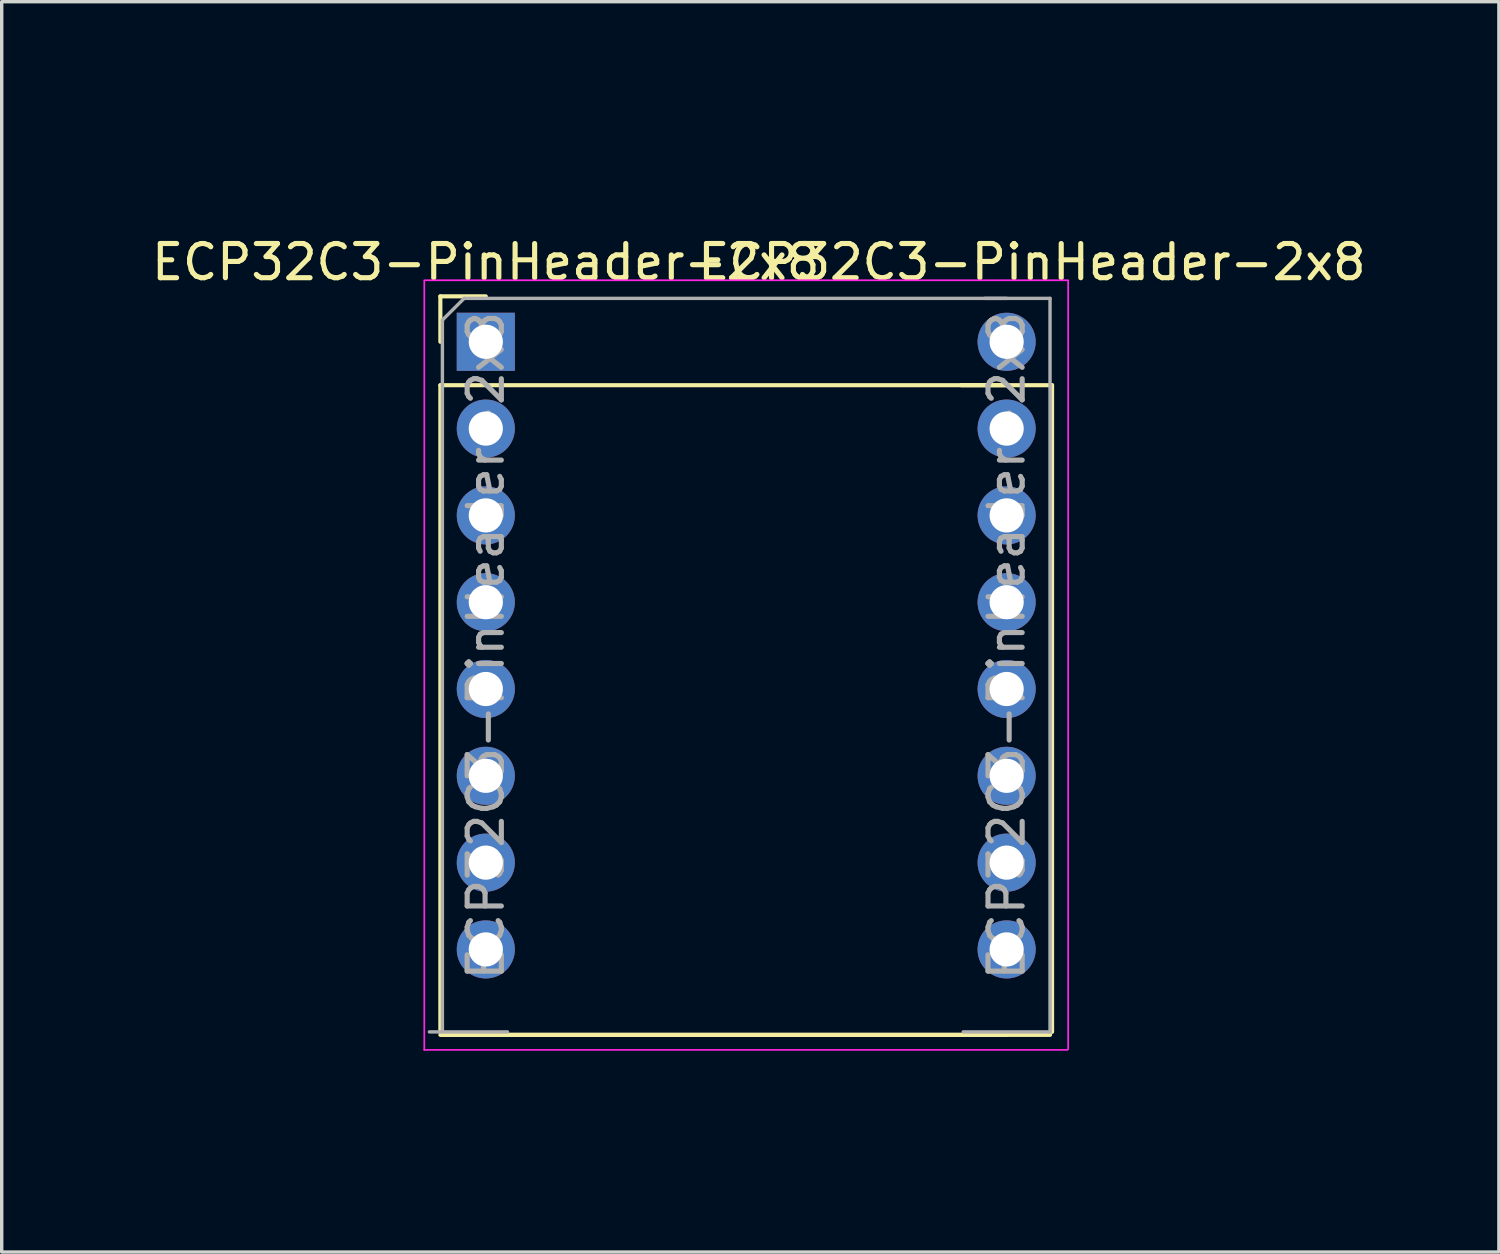
<source format=kicad_pcb>
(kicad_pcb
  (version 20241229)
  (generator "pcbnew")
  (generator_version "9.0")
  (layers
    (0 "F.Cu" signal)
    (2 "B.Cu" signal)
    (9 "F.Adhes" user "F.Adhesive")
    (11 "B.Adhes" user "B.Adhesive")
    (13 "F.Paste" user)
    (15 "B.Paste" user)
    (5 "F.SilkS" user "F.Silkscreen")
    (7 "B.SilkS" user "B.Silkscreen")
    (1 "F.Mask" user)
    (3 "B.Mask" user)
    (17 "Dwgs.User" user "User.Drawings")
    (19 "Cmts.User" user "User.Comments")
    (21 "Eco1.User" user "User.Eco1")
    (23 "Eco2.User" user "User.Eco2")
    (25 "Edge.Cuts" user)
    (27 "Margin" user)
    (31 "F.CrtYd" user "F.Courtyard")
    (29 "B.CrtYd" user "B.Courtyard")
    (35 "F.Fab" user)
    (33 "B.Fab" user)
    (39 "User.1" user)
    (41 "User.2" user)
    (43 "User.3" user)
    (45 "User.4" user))
  (footprint "ECP32C3-PinHeader-2x8"
    (layer "F.Cu")
    (at 18.785 7.078)
    (property "Reference" "ECP32C3-PinHeader-2x8" (at -7.62 -2.457 0) (layer "F.SilkS") (effects (font (size 1 1) (thickness 0.15))))
    (attr through_hole)
    (fp_line (start -8.95 -1.457) (end -7.62 -1.457) (stroke (width 0.12) (type solid)) (layer "F.SilkS"))
    (fp_line (start -8.95 -0.127) (end -8.95 -1.457) (stroke (width 0.12) (type solid)) (layer "F.SilkS"))
    (fp_line (start -8.95 1.143) (end -8.95 20.066) (stroke (width 0.12) (type solid)) (layer "F.SilkS"))
    (fp_line (start -8.95 1.143) (end 7.62 1.143) (stroke (width 0.12) (type solid)) (layer "F.SilkS"))
    (fp_line (start -8.95 20.153) (end 7.62 20.153) (stroke (width 0.12) (type solid)) (layer "F.SilkS"))
    (fp_line (start -8.92 20.153) (end 8.89 20.153) (stroke (width 0.12) (type solid)) (layer "F.SilkS"))
    (fp_line (start 6.29 1.143) (end 8.95 1.143) (stroke (width 0.12) (type solid)) (layer "F.SilkS"))
    (fp_line (start 8.95 1.143) (end 8.95 20.066) (stroke (width 0.12) (type solid)) (layer "F.SilkS"))
    (fp_line (start -9.42 -1.905) (end -9.42 20.593) (stroke (width 0.05) (type solid)) (layer "F.CrtYd"))
    (fp_line (start -9.42 20.593) (end 9.398 20.593) (stroke (width 0.05) (type solid)) (layer "F.CrtYd"))
    (fp_line (start 9.398 -1.927) (end -9.42 -1.927) (stroke (width 0.05) (type solid)) (layer "F.CrtYd"))
    (fp_line (start 9.42 20.574) (end 9.42 -1.927) (stroke (width 0.05) (type solid)) (layer "F.CrtYd"))
    (fp_line (start -8.89 -0.762) (end -8.255 -1.397) (stroke (width 0.1) (type solid)) (layer "F.Fab"))
    (fp_line (start -8.89 20.066) (end -8.89 -0.762) (stroke (width 0.1) (type solid)) (layer "F.Fab"))
    (fp_line (start -8.255 -1.397) (end 7.62 -1.397) (stroke (width 0.1) (type solid)) (layer "F.Fab"))
    (fp_line (start -6.985 20.066) (end -9.271 20.066) (stroke (width 0.1) (type solid)) (layer "F.Fab"))
    (fp_line (start 6.985 -1.397) (end 8.89 -1.397) (stroke (width 0.1) (type solid)) (layer "F.Fab"))
    (fp_line (start 8.89 -1.397) (end 8.89 20.066) (stroke (width 0.1) (type solid)) (layer "F.Fab"))
    (fp_line (start 8.89 20.066) (end 6.35 20.066) (stroke (width 0.1) (type solid)) (layer "F.Fab"))
    (fp_text user "${REFERENCE}" (at 8.36 -2.457 0) (layer "F.SilkS") (effects (font (size 1 1) (thickness 0.15))))
    (fp_text user "${REFERENCE}" (at -7.62 8.763 90) (layer "F.Fab") (effects (font (size 1 1) (thickness 0.15))))
    (fp_text user "${REFERENCE}" (at 7.62 8.763 90) (layer "F.Fab") (effects (font (size 1 1) (thickness 0.15))))
    (dimension (type aligned) (layer "Eco1.User") (pts (xy 11.165 24.731) (xy 26.405 24.731)) (height 5.207) (format (prefix "") (suffix "") (units 3) (units_format 1) (precision 4)) (style (thickness 0.12) (arrow_length 1.27) (text_position_mode 0) (arrow_direction outward) (extension_height 0.586) (extension_offset 0.5) (keep_text_aligned yes)) (gr_text "15.2400 mm" (at 18.785 28.788 0) (layer "Eco1.User") (effects (font (size 1 1) (thickness 0.15)))))
    (dimension (type aligned) (layer "Eco1.User") (pts (xy 9.365 5.151) (xy 28.205 5.151)) (height -3.153) (format (prefix "") (suffix "") (units 3) (units_format 1) (precision 4)) (style (thickness 0.12) (arrow_length 1.27) (text_position_mode 0) (arrow_direction outward) (extension_height 0.586) (extension_offset 0.5) (keep_text_aligned yes)) (gr_text "18.8400 mm" (at 18.785 0.848 0) (layer "Eco1.User") (effects (font (size 1 1) (thickness 0.15)))))
    (dimension (type aligned) (layer "Eco1.User") (pts (xy 28.205 5.173) (xy 28.205 27.671)) (height -5.82) (format (prefix "") (suffix "") (units 3) (units_format 1) (precision 4)) (style (thickness 0.12) (arrow_length 1.27) (text_position_mode 0) (arrow_direction outward) (extension_height 0.586) (extension_offset 0.5) (keep_text_aligned yes)) (gr_text "22.4980 mm" (at 32.875 16.422 90) (layer "Eco1.User") (effects (font (size 1 1) (thickness 0.15)))))
    (dimension (type aligned) (layer "Eco1.User") (pts (xy 11.165 24.731) (xy 11.165 6.951)) (height -5.08) (format (prefix "") (suffix "") (units 3) (units_format 1) (precision 4)) (style (thickness 0.12) (arrow_length 1.27) (text_position_mode 0) (arrow_direction outward) (extension_height 0.586) (extension_offset 0.5) (keep_text_aligned yes)) (gr_text "17.7800 mm" (at 4.935 15.841 90) (layer "Eco1.User") (effects (font (size 1 1) (thickness 0.15)))))
    (pad "1" thru_hole rect (at -7.62 -0.127) (size 1.7 1.7) (drill 1) (layers "*.Cu" "*.Mask"))
    (pad "2" thru_hole oval (at -7.62 2.413) (size 1.7 1.7) (drill 1) (layers "*.Cu" "*.Mask"))
    (pad "3" thru_hole oval (at -7.62 4.953) (size 1.7 1.7) (drill 1) (layers "*.Cu" "*.Mask"))
    (pad "4" thru_hole oval (at -7.62 7.493) (size 1.7 1.7) (drill 1) (layers "*.Cu" "*.Mask"))
    (pad "5" thru_hole oval (at -7.62 10.033) (size 1.7 1.7) (drill 1) (layers "*.Cu" "*.Mask"))
    (pad "6" thru_hole oval (at -7.62 12.573) (size 1.7 1.7) (drill 1) (layers "*.Cu" "*.Mask"))
    (pad "7" thru_hole oval (at -7.62 15.113) (size 1.7 1.7) (drill 1) (layers "*.Cu" "*.Mask"))
    (pad "8" thru_hole oval (at -7.62 17.653) (size 1.7 1.7) (drill 1) (layers "*.Cu" "*.Mask"))
    (pad "9" thru_hole oval (at 7.62 17.653) (size 1.7 1.7) (drill 1) (layers "*.Cu" "*.Mask"))
    (pad "10" thru_hole oval (at 7.62 15.113) (size 1.7 1.7) (drill 1) (layers "*.Cu" "*.Mask"))
    (pad "11" thru_hole oval (at 7.62 12.573) (size 1.7 1.7) (drill 1) (layers "*.Cu" "*.Mask"))
    (pad "12" thru_hole oval (at 7.62 10.033) (size 1.7 1.7) (drill 1) (layers "*.Cu" "*.Mask"))
    (pad "13" thru_hole oval (at 7.62 7.493) (size 1.7 1.7) (drill 1) (layers "*.Cu" "*.Mask"))
    (pad "14" thru_hole oval (at 7.62 4.953) (size 1.7 1.7) (drill 1) (layers "*.Cu" "*.Mask"))
    (pad "15" thru_hole oval (at 7.62 2.413) (size 1.7 1.7) (drill 1) (layers "*.Cu" "*.Mask"))
    (pad "16" thru_hole circle (at 7.62 -0.127) (size 1.7 1.7) (drill 1) (layers "*.Cu" "*.Mask")))
  (gr_rect
    (start -3 -3)
    (end 40.809 33.585)
    (stroke (width 0.1) (type default))
    (fill no)
    (layer "Edge.Cuts")))
</source>
